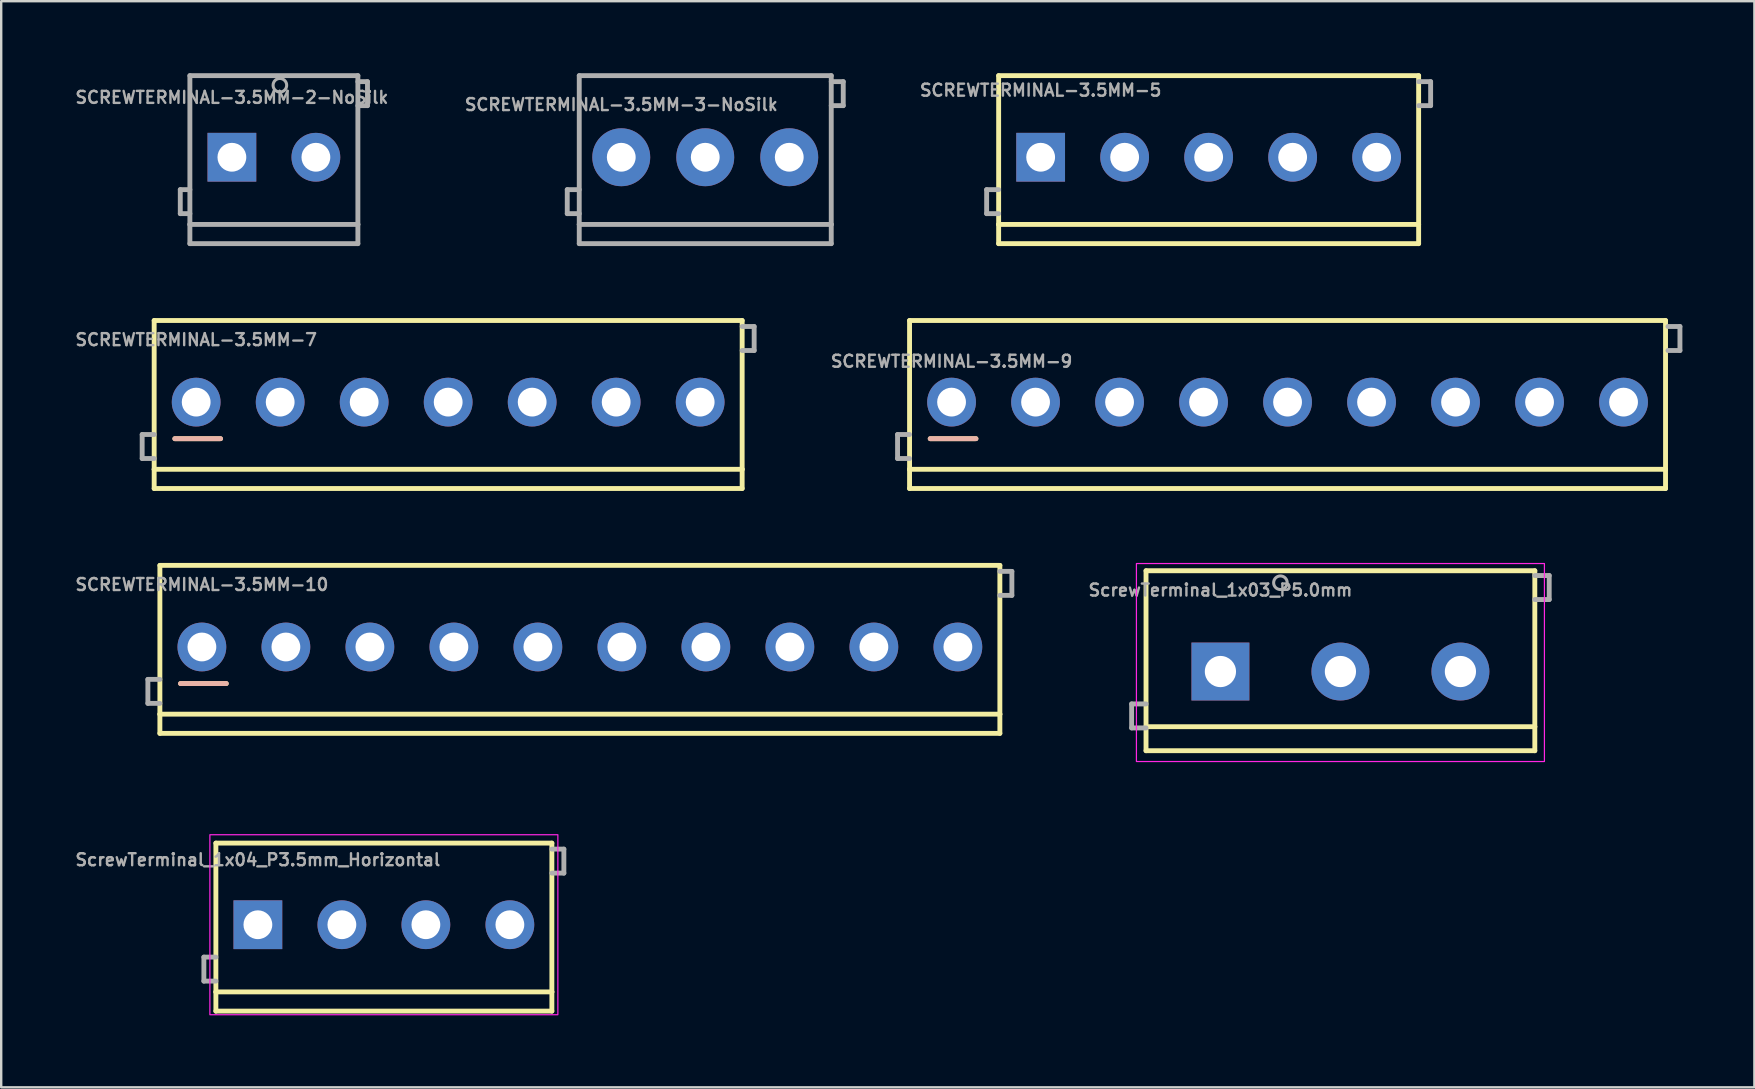
<source format=kicad_pcb>
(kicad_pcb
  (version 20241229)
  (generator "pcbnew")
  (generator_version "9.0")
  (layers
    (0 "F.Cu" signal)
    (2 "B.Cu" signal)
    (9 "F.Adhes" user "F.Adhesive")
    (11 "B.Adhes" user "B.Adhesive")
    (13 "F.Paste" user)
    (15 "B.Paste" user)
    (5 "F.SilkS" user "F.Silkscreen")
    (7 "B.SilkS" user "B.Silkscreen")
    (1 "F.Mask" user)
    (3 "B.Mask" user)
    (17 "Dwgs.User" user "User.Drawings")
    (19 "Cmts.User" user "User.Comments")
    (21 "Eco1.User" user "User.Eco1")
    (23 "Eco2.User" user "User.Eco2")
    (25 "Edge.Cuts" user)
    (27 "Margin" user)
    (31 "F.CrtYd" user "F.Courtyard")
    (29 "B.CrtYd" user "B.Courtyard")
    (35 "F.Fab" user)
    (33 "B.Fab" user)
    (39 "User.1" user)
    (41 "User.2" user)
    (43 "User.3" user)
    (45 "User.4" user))
  (footprint "SCREWTERMINAL-3.5MM-9"
    (layer "F.Cu")
    (at 36.599 13.705)
    (property "Reference" "SCREWTERMINAL-3.5MM-9" (at 0 -1.7 0) (layer "F.Fab") (effects (font (size 0.5 0.5) (thickness 0.1))))
    (fp_line (start -1.75 -3.4) (end 29.75 -3.4) (stroke (width 0.203) (type solid)) (layer "F.SilkS"))
    (fp_line (start -1.75 2.8) (end -1.75 -3.4) (stroke (width 0.203) (type solid)) (layer "F.SilkS"))
    (fp_line (start -1.75 3.6) (end -1.75 2.8) (stroke (width 0.203) (type solid)) (layer "F.SilkS"))
    (fp_line (start 1.016 1.524) (end -0.889 1.524) (stroke (width 0.203) (type solid)) (layer "F.SilkS"))
    (fp_line (start 29.75 -3.4) (end 29.75 2.8) (stroke (width 0.203) (type solid)) (layer "F.SilkS"))
    (fp_line (start 29.75 2.8) (end -1.75 2.8) (stroke (width 0.203) (type solid)) (layer "F.SilkS"))
    (fp_line (start 29.75 2.8) (end 29.75 3.6) (stroke (width 0.203) (type solid)) (layer "F.SilkS"))
    (fp_line (start 29.75 3.6) (end -1.75 3.6) (stroke (width 0.203) (type solid)) (layer "F.SilkS"))
    (fp_line (start -0.889 1.524) (end 1.016 1.524) (stroke (width 0.203) (type solid)) (layer "B.SilkS"))
    (fp_line (start -2.25 1.35) (end -2.25 2.35) (stroke (width 0.203) (type solid)) (layer "F.Fab"))
    (fp_line (start -2.25 2.35) (end -1.75 2.35) (stroke (width 0.203) (type solid)) (layer "F.Fab"))
    (fp_line (start -1.75 1.35) (end -2.25 1.35) (stroke (width 0.203) (type solid)) (layer "F.Fab"))
    (fp_line (start 29.85 -3.15) (end 30.35 -3.15) (stroke (width 0.203) (type solid)) (layer "F.Fab"))
    (fp_line (start 30.35 -3.15) (end 30.35 -2.15) (stroke (width 0.203) (type solid)) (layer "F.Fab"))
    (fp_line (start 30.35 -2.15) (end 29.85 -2.15) (stroke (width 0.203) (type solid)) (layer "F.Fab"))
    (pad "1" thru_hole circle (at 0 0) (size 2.032 2.032) (drill 1.2) (layers "*.Cu" "*.Mask"))
    (pad "2" thru_hole circle (at 3.5 0) (size 2.032 2.032) (drill 1.2) (layers "*.Cu" "*.Mask"))
    (pad "3" thru_hole circle (at 7 0) (size 2.032 2.032) (drill 1.2) (layers "*.Cu" "*.Mask"))
    (pad "4" thru_hole circle (at 10.5 0) (size 2.032 2.032) (drill 1.2) (layers "*.Cu" "*.Mask"))
    (pad "5" thru_hole circle (at 14 0) (size 2.032 2.032) (drill 1.2) (layers "*.Cu" "*.Mask"))
    (pad "6" thru_hole circle (at 17.5 0) (size 2.032 2.032) (drill 1.2) (layers "*.Cu" "*.Mask"))
    (pad "7" thru_hole circle (at 21 0) (size 2.032 2.032) (drill 1.2) (layers "*.Cu" "*.Mask"))
    (pad "8" thru_hole circle (at 24.5 0) (size 2.032 2.032) (drill 1.2) (layers "*.Cu" "*.Mask"))
    (pad "9" thru_hole circle (at 28 0) (size 2.032 2.032) (drill 1.2) (layers "*.Cu" "*.Mask")))
  (footprint "ScrewTerminal_1x04_P3.5mm_Horizontal"
    (layer "F.Cu")
    (at 7.695 35.481)
    (property "Reference" "ScrewTerminal_1x04_P3.5mm_Horizontal" (at 0 -2.413 0) (layer "F.Fab") (effects (font (size 0.5 0.5) (thickness 0.1)) (justify bottom)))
    (attr through_hole)
    (fp_line (start -1.75 -3.4) (end 12.25 -3.4) (stroke (width 0.203) (type solid)) (layer "F.SilkS"))
    (fp_line (start -1.75 2.8) (end -1.75 -3.4) (stroke (width 0.203) (type solid)) (layer "F.SilkS"))
    (fp_line (start -1.75 3.6) (end -1.75 2.8) (stroke (width 0.203) (type solid)) (layer "F.SilkS"))
    (fp_line (start 12.25 -3.4) (end 12.25 2.8) (stroke (width 0.203) (type solid)) (layer "F.SilkS"))
    (fp_line (start 12.25 2.8) (end -1.75 2.8) (stroke (width 0.203) (type solid)) (layer "F.SilkS"))
    (fp_line (start 12.25 2.8) (end 12.25 3.6) (stroke (width 0.203) (type solid)) (layer "F.SilkS"))
    (fp_line (start 12.25 3.6) (end -1.75 3.6) (stroke (width 0.203) (type solid)) (layer "F.SilkS"))
    (fp_rect (start -2 -3.75) (end 12.5 3.75) (stroke (width 0.05) (type default)) (fill no) (layer "F.CrtYd"))
    (fp_line (start -2.25 1.35) (end -2.25 2.35) (stroke (width 0.203) (type solid)) (layer "F.Fab"))
    (fp_line (start -2.25 2.35) (end -1.75 2.35) (stroke (width 0.203) (type solid)) (layer "F.Fab"))
    (fp_line (start -1.75 1.35) (end -2.25 1.35) (stroke (width 0.203) (type solid)) (layer "F.Fab"))
    (fp_line (start 12.25 -3.15) (end 12.75 -3.15) (stroke (width 0.203) (type solid)) (layer "F.Fab"))
    (fp_line (start 12.75 -3.15) (end 12.75 -2.15) (stroke (width 0.203) (type solid)) (layer "F.Fab"))
    (fp_line (start 12.75 -2.15) (end 12.25 -2.15) (stroke (width 0.203) (type solid)) (layer "F.Fab"))
    (fp_circle (center 0 0) (end 0.425 0) (stroke (width 0.001) (type solid)) (fill no) (layer "F.Fab"))
    (fp_circle (center 3.5 0) (end 3.925 0) (stroke (width 0.001) (type solid)) (fill no) (layer "F.Fab"))
    (fp_circle (center 7 0) (end 7.425 0) (stroke (width 0.001) (type solid)) (fill no) (layer "F.Fab"))
    (fp_circle (center 10.5 0) (end 10.925 0) (stroke (width 0.001) (type solid)) (fill no) (layer "F.Fab"))
    (pad "1" thru_hole rect (at 0 0) (size 2.032 2.032) (drill 1.2) (layers "*.Cu" "*.Mask"))
    (pad "2" thru_hole circle (at 3.5 0) (size 2.032 2.032) (drill 1.2) (layers "*.Cu" "*.Mask"))
    (pad "3" thru_hole circle (at 7 0) (size 2.032 2.032) (drill 1.2) (layers "*.Cu" "*.Mask"))
    (pad "4" thru_hole circle (at 10.5 0) (size 2.032 2.032) (drill 1.2) (layers "*.Cu" "*.Mask")))
  (footprint "SCREWTERMINAL-3.5MM-2-NoSilk"
    (layer "F.Cu")
    (at 6.612 3.502)
    (property "Reference" "SCREWTERMINAL-3.5MM-2-NoSilk" (at 0 -2.2 0) (layer "F.Fab") (effects (font (size 0.5 0.5) (thickness 0.1)) (justify bottom)))
    (fp_line (start -2.15 1.35) (end -2.15 2.35) (stroke (width 0.203) (type solid)) (layer "F.Fab"))
    (fp_line (start -2.15 2.35) (end -1.75 2.35) (stroke (width 0.203) (type solid)) (layer "F.Fab"))
    (fp_line (start -1.75 -3.4) (end 5.25 -3.4) (stroke (width 0.203) (type solid)) (layer "F.Fab"))
    (fp_line (start -1.75 1.35) (end -2.15 1.35) (stroke (width 0.203) (type solid)) (layer "F.Fab"))
    (fp_line (start -1.75 2.8) (end -1.75 -3.4) (stroke (width 0.203) (type solid)) (layer "F.Fab"))
    (fp_line (start -1.75 3.6) (end -1.75 2.8) (stroke (width 0.203) (type solid)) (layer "F.Fab"))
    (fp_line (start 5.25 -3.4) (end 5.25 2.8) (stroke (width 0.203) (type solid)) (layer "F.Fab"))
    (fp_line (start 5.25 -3.15) (end 5.65 -3.15) (stroke (width 0.203) (type solid)) (layer "F.Fab"))
    (fp_line (start 5.25 2.8) (end -1.75 2.8) (stroke (width 0.203) (type solid)) (layer "F.Fab"))
    (fp_line (start 5.25 2.8) (end 5.25 3.6) (stroke (width 0.203) (type solid)) (layer "F.Fab"))
    (fp_line (start 5.25 3.6) (end -1.75 3.6) (stroke (width 0.203) (type solid)) (layer "F.Fab"))
    (fp_line (start 5.65 -3.15) (end 5.65 -2.15) (stroke (width 0.203) (type solid)) (layer "F.Fab"))
    (fp_line (start 5.65 -2.15) (end 5.25 -2.15) (stroke (width 0.203) (type solid)) (layer "F.Fab"))
    (fp_circle (center 2 -3) (end 2.283 -3) (stroke (width 0.127) (type solid)) (fill no) (layer "F.Fab"))
    (pad "1" thru_hole rect (at 0 0) (size 2.032 2.032) (drill 1.2) (layers "*.Cu" "*.Mask"))
    (pad "2" thru_hole circle (at 3.5 0) (size 2.032 2.032) (drill 1.2) (layers "*.Cu" "*.Mask")))
  (footprint "SCREWTERMINAL-3.5MM-7"
    (layer "F.Cu")
    (at 5.124 13.705)
    (property "Reference" "SCREWTERMINAL-3.5MM-7" (at 0 -2.6 0) (layer "F.Fab") (effects (font (size 0.5 0.5) (thickness 0.1))))
    (fp_line (start -1.75 -3.4) (end 22.75 -3.4) (stroke (width 0.203) (type solid)) (layer "F.SilkS"))
    (fp_line (start -1.75 2.8) (end -1.75 -3.4) (stroke (width 0.203) (type solid)) (layer "F.SilkS"))
    (fp_line (start -1.75 3.6) (end -1.75 2.8) (stroke (width 0.203) (type solid)) (layer "F.SilkS"))
    (fp_line (start 1.016 1.524) (end -0.889 1.524) (stroke (width 0.203) (type solid)) (layer "F.SilkS"))
    (fp_line (start 22.75 -3.4) (end 22.75 2.8) (stroke (width 0.203) (type solid)) (layer "F.SilkS"))
    (fp_line (start 22.75 2.8) (end -1.75 2.8) (stroke (width 0.203) (type solid)) (layer "F.SilkS"))
    (fp_line (start 22.75 2.8) (end 22.75 3.6) (stroke (width 0.203) (type solid)) (layer "F.SilkS"))
    (fp_line (start 22.75 3.6) (end -1.75 3.6) (stroke (width 0.203) (type solid)) (layer "F.SilkS"))
    (fp_line (start -0.889 1.524) (end 1.016 1.524) (stroke (width 0.203) (type solid)) (layer "B.SilkS"))
    (fp_line (start -2.25 1.35) (end -2.25 2.35) (stroke (width 0.203) (type solid)) (layer "F.Fab"))
    (fp_line (start -2.25 2.35) (end -1.75 2.35) (stroke (width 0.203) (type solid)) (layer "F.Fab"))
    (fp_line (start -1.75 1.35) (end -2.25 1.35) (stroke (width 0.203) (type solid)) (layer "F.Fab"))
    (fp_line (start 22.75 -3.15) (end 23.25 -3.15) (stroke (width 0.203) (type solid)) (layer "F.Fab"))
    (fp_line (start 23.25 -3.15) (end 23.25 -2.15) (stroke (width 0.203) (type solid)) (layer "F.Fab"))
    (fp_line (start 23.25 -2.15) (end 22.75 -2.15) (stroke (width 0.203) (type solid)) (layer "F.Fab"))
    (pad "1" thru_hole circle (at 0 0) (size 2.032 2.032) (drill 1.2) (layers "*.Cu" "*.Mask"))
    (pad "2" thru_hole circle (at 3.5 0) (size 2.032 2.032) (drill 1.2) (layers "*.Cu" "*.Mask"))
    (pad "3" thru_hole circle (at 7 0) (size 2.032 2.032) (drill 1.2) (layers "*.Cu" "*.Mask"))
    (pad "4" thru_hole circle (at 10.5 0) (size 2.032 2.032) (drill 1.2) (layers "*.Cu" "*.Mask"))
    (pad "5" thru_hole circle (at 14 0) (size 2.032 2.032) (drill 1.2) (layers "*.Cu" "*.Mask"))
    (pad "6" thru_hole circle (at 17.5 0) (size 2.032 2.032) (drill 1.2) (layers "*.Cu" "*.Mask"))
    (pad "7" thru_hole circle (at 21 0) (size 2.032 2.032) (drill 1.2) (layers "*.Cu" "*.Mask")))
  (footprint "SCREWTERMINAL-3.5MM-3-NoSilk"
    (layer "F.Cu")
    (at 22.836 3.502)
    (property "Reference" "SCREWTERMINAL-3.5MM-3-NoSilk" (at 0 -1.9 0) (layer "F.Fab") (effects (font (size 0.5 0.5) (thickness 0.1)) (justify bottom)))
    (fp_line (start -2.25 1.35) (end -2.25 2.35) (stroke (width 0.203) (type solid)) (layer "F.Fab"))
    (fp_line (start -2.25 2.35) (end -1.75 2.35) (stroke (width 0.203) (type solid)) (layer "F.Fab"))
    (fp_line (start -1.75 -3.4) (end 8.75 -3.4) (stroke (width 0.203) (type solid)) (layer "F.Fab"))
    (fp_line (start -1.75 1.35) (end -2.25 1.35) (stroke (width 0.203) (type solid)) (layer "F.Fab"))
    (fp_line (start -1.75 2.8) (end -1.75 -3.4) (stroke (width 0.203) (type solid)) (layer "F.Fab"))
    (fp_line (start -1.75 3.6) (end -1.75 2.8) (stroke (width 0.203) (type solid)) (layer "F.Fab"))
    (fp_line (start 8.75 -3.4) (end 8.75 2.8) (stroke (width 0.203) (type solid)) (layer "F.Fab"))
    (fp_line (start 8.75 -3.15) (end 9.25 -3.15) (stroke (width 0.203) (type solid)) (layer "F.Fab"))
    (fp_line (start 8.75 2.8) (end -1.75 2.8) (stroke (width 0.203) (type solid)) (layer "F.Fab"))
    (fp_line (start 8.75 2.8) (end 8.75 3.6) (stroke (width 0.203) (type solid)) (layer "F.Fab"))
    (fp_line (start 8.75 3.6) (end -1.75 3.6) (stroke (width 0.203) (type solid)) (layer "F.Fab"))
    (fp_line (start 9.25 -3.15) (end 9.25 -2.15) (stroke (width 0.203) (type solid)) (layer "F.Fab"))
    (fp_line (start 9.25 -2.15) (end 8.75 -2.15) (stroke (width 0.203) (type solid)) (layer "F.Fab"))
    (pad "1" thru_hole circle (at 0 0) (size 2.413 2.413) (drill 1.2) (layers "*.Cu" "*.Mask"))
    (pad "2" thru_hole circle (at 3.5 0) (size 2.413 2.413) (drill 1.2) (layers "*.Cu" "*.Mask"))
    (pad "3" thru_hole circle (at 7 0) (size 2.413 2.413) (drill 1.2) (layers "*.Cu" "*.Mask")))
  (footprint "SCREWTERMINAL-3.5MM-5"
    (layer "F.Cu")
    (at 40.311 3.502)
    (property "Reference" "SCREWTERMINAL-3.5MM-5" (at 0 -2.5 0) (layer "F.Fab") (effects (font (size 0.5 0.5) (thickness 0.1)) (justify bottom)))
    (fp_line (start -1.75 -3.4) (end 15.75 -3.4) (stroke (width 0.203) (type solid)) (layer "F.SilkS"))
    (fp_line (start -1.75 2.8) (end -1.75 -3.4) (stroke (width 0.203) (type solid)) (layer "F.SilkS"))
    (fp_line (start -1.75 3.6) (end -1.75 2.8) (stroke (width 0.203) (type solid)) (layer "F.SilkS"))
    (fp_line (start 15.75 -3.4) (end 15.75 2.8) (stroke (width 0.203) (type solid)) (layer "F.SilkS"))
    (fp_line (start 15.75 2.8) (end -1.75 2.8) (stroke (width 0.203) (type solid)) (layer "F.SilkS"))
    (fp_line (start 15.75 2.8) (end 15.75 3.6) (stroke (width 0.203) (type solid)) (layer "F.SilkS"))
    (fp_line (start 15.75 3.6) (end -1.75 3.6) (stroke (width 0.203) (type solid)) (layer "F.SilkS"))
    (fp_line (start -2.25 1.35) (end -2.25 2.35) (stroke (width 0.203) (type solid)) (layer "F.Fab"))
    (fp_line (start -2.25 2.35) (end -1.75 2.35) (stroke (width 0.203) (type solid)) (layer "F.Fab"))
    (fp_line (start -1.75 1.35) (end -2.25 1.35) (stroke (width 0.203) (type solid)) (layer "F.Fab"))
    (fp_line (start 15.75 -3.15) (end 16.25 -3.15) (stroke (width 0.203) (type solid)) (layer "F.Fab"))
    (fp_line (start 16.25 -3.15) (end 16.25 -2.15) (stroke (width 0.203) (type solid)) (layer "F.Fab"))
    (fp_line (start 16.25 -2.15) (end 15.75 -2.15) (stroke (width 0.203) (type solid)) (layer "F.Fab"))
    (pad "1" thru_hole rect (at 0 0) (size 2.032 2.032) (drill 1.2) (layers "*.Cu" "*.Mask"))
    (pad "2" thru_hole circle (at 3.5 0) (size 2.032 2.032) (drill 1.2) (layers "*.Cu" "*.Mask"))
    (pad "3" thru_hole circle (at 7 0) (size 2.032 2.032) (drill 1.2) (layers "*.Cu" "*.Mask"))
    (pad "4" thru_hole circle (at 10.5 0) (size 2.032 2.032) (drill 1.2) (layers "*.Cu" "*.Mask"))
    (pad "5" thru_hole circle (at 14 0) (size 2.032 2.032) (drill 1.2) (layers "*.Cu" "*.Mask")))
  (footprint "ScrewTerminal_1x03_P5.0mm"
    (layer "F.Cu")
    (at 47.802 24.931)
    (property "Reference" "ScrewTerminal_1x03_P5.0mm" (at 0 -3.1 0) (layer "F.Fab") (effects (font (size 0.5 0.5) (thickness 0.1)) (justify bottom)))
    (attr through_hole)
    (fp_line (start -3.1 -4.2) (end 13.1 -4.2) (stroke (width 0.203) (type solid)) (layer "F.SilkS"))
    (fp_line (start -3.1 2.3) (end -3.1 -4.2) (stroke (width 0.203) (type solid)) (layer "F.SilkS"))
    (fp_line (start -3.1 3.3) (end -3.1 2.3) (stroke (width 0.203) (type solid)) (layer "F.SilkS"))
    (fp_line (start 13.1 -4.2) (end 13.1 2.3) (stroke (width 0.203) (type solid)) (layer "F.SilkS"))
    (fp_line (start 13.1 2.3) (end -3.1 2.3) (stroke (width 0.203) (type solid)) (layer "F.SilkS"))
    (fp_line (start 13.1 2.3) (end 13.1 3.3) (stroke (width 0.203) (type solid)) (layer "F.SilkS"))
    (fp_line (start 13.1 3.3) (end -3.1 3.3) (stroke (width 0.203) (type solid)) (layer "F.SilkS"))
    (fp_rect (start -3.5 -4.5) (end 13.5 3.75) (stroke (width 0.05) (type default)) (fill no) (layer "F.CrtYd"))
    (fp_line (start -3.7 1.35) (end -3.7 2.35) (stroke (width 0.203) (type solid)) (layer "F.Fab"))
    (fp_line (start -3.7 2.35) (end -3.1 2.35) (stroke (width 0.203) (type solid)) (layer "F.Fab"))
    (fp_line (start -3.1 1.35) (end -3.7 1.35) (stroke (width 0.203) (type solid)) (layer "F.Fab"))
    (fp_line (start 13.1 -4) (end 13.7 -4) (stroke (width 0.203) (type solid)) (layer "F.Fab"))
    (fp_line (start 13.7 -4) (end 13.7 -3) (stroke (width 0.203) (type solid)) (layer "F.Fab"))
    (fp_line (start 13.7 -3) (end 13.1 -3) (stroke (width 0.203) (type solid)) (layer "F.Fab"))
    (fp_circle (center 2.5 -3.7) (end 2.783 -3.7) (stroke (width 0.127) (type solid)) (fill no) (layer "F.Fab"))
    (pad "1" thru_hole rect (at 0 0) (size 2.413 2.413) (drill 1.3) (layers "*.Cu" "*.Mask"))
    (pad "2" thru_hole circle (at 5 0) (size 2.413 2.413) (drill 1.3) (layers "*.Cu" "*.Mask"))
    (pad "3" thru_hole circle (at 10 0) (size 2.413 2.413) (drill 1.3) (layers "*.Cu" "*.Mask")))
  (footprint "SCREWTERMINAL-3.5MM-10"
    (layer "F.Cu")
    (at 5.362 23.908)
    (property "Reference" "SCREWTERMINAL-3.5MM-10" (at 0 -2.6 0) (layer "F.Fab") (effects (font (size 0.5 0.5) (thickness 0.1))))
    (fp_line (start -1.75 -3.4) (end 33.25 -3.4) (stroke (width 0.203) (type solid)) (layer "F.SilkS"))
    (fp_line (start -1.75 2.8) (end -1.75 -3.4) (stroke (width 0.203) (type solid)) (layer "F.SilkS"))
    (fp_line (start -1.75 3.6) (end -1.75 2.8) (stroke (width 0.203) (type solid)) (layer "F.SilkS"))
    (fp_line (start 1.016 1.524) (end -0.889 1.524) (stroke (width 0.203) (type solid)) (layer "F.SilkS"))
    (fp_line (start 33.25 -3.4) (end 33.25 2.8) (stroke (width 0.203) (type solid)) (layer "F.SilkS"))
    (fp_line (start 33.25 2.8) (end -1.75 2.8) (stroke (width 0.203) (type solid)) (layer "F.SilkS"))
    (fp_line (start 33.25 2.8) (end 33.25 3.6) (stroke (width 0.203) (type solid)) (layer "F.SilkS"))
    (fp_line (start 33.25 3.6) (end -1.75 3.6) (stroke (width 0.203) (type solid)) (layer "F.SilkS"))
    (fp_line (start -0.889 1.524) (end 1.016 1.524) (stroke (width 0.203) (type solid)) (layer "B.SilkS"))
    (fp_line (start -2.25 1.35) (end -2.25 2.35) (stroke (width 0.203) (type solid)) (layer "F.Fab"))
    (fp_line (start -2.25 2.35) (end -1.75 2.35) (stroke (width 0.203) (type solid)) (layer "F.Fab"))
    (fp_line (start -1.75 1.35) (end -2.25 1.35) (stroke (width 0.203) (type solid)) (layer "F.Fab"))
    (fp_line (start 33.25 -3.15) (end 33.75 -3.15) (stroke (width 0.203) (type solid)) (layer "F.Fab"))
    (fp_line (start 33.75 -3.15) (end 33.75 -2.15) (stroke (width 0.203) (type solid)) (layer "F.Fab"))
    (fp_line (start 33.75 -2.15) (end 33.25 -2.15) (stroke (width 0.203) (type solid)) (layer "F.Fab"))
    (pad "1" thru_hole circle (at 0 0) (size 2.032 2.032) (drill 1.2) (layers "*.Cu" "*.Mask"))
    (pad "2" thru_hole circle (at 3.5 0) (size 2.032 2.032) (drill 1.2) (layers "*.Cu" "*.Mask"))
    (pad "3" thru_hole circle (at 7 0) (size 2.032 2.032) (drill 1.2) (layers "*.Cu" "*.Mask"))
    (pad "4" thru_hole circle (at 10.5 0) (size 2.032 2.032) (drill 1.2) (layers "*.Cu" "*.Mask"))
    (pad "5" thru_hole circle (at 14 0) (size 2.032 2.032) (drill 1.2) (layers "*.Cu" "*.Mask"))
    (pad "6" thru_hole circle (at 17.5 0) (size 2.032 2.032) (drill 1.2) (layers "*.Cu" "*.Mask"))
    (pad "7" thru_hole circle (at 21 0) (size 2.032 2.032) (drill 1.2) (layers "*.Cu" "*.Mask"))
    (pad "8" thru_hole circle (at 24.5 0) (size 2.032 2.032) (drill 1.2) (layers "*.Cu" "*.Mask"))
    (pad "9" thru_hole circle (at 28 0) (size 2.032 2.032) (drill 1.2) (layers "*.Cu" "*.Mask"))
    (pad "10" thru_hole circle (at 31.5 0) (size 2.032 2.032) (drill 1.2) (layers "*.Cu" "*.Mask")))
  (gr_rect
    (start -3 -3)
    (end 70.051 42.256)
    (stroke (width 0.1) (type default))
    (fill no)
    (layer "Edge.Cuts")))
</source>
